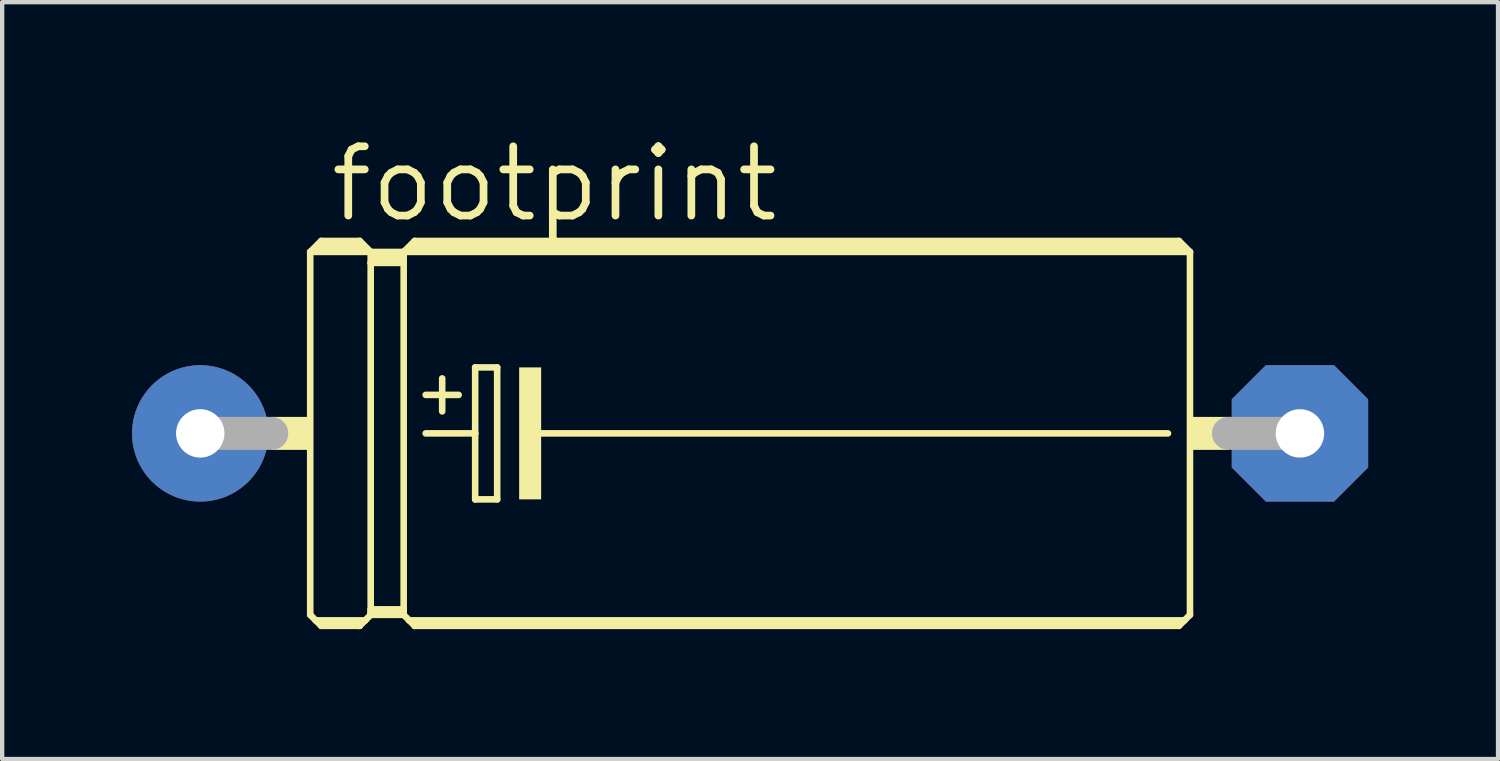
<source format=kicad_pcb>
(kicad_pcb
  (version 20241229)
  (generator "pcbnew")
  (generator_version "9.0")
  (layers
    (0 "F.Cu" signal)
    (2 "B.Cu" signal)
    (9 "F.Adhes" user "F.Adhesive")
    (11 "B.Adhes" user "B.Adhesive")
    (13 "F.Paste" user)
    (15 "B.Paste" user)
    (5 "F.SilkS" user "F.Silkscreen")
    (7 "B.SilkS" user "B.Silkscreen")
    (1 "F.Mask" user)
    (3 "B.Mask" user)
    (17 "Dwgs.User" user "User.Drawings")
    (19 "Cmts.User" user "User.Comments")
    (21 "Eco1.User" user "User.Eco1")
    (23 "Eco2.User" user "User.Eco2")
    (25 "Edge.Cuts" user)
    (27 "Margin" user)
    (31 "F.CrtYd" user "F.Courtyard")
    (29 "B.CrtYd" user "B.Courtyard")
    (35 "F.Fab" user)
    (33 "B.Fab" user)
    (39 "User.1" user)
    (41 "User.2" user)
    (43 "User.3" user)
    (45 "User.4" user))
  (footprint "footprint"
    (layer "F.Cu")
    (at 14.275 6.96)
    (property "Reference" "footprint" (at -9.779 -4.826 0) (layer "F.SilkS") (effects (font (size 1.6 1.6) (thickness 0.178)) (justify left bottom)))
    (fp_line (start -10.16 -4.191) (end -10.16 4.191) (stroke (width 0.152) (type solid)) (layer "F.SilkS"))
    (fp_line (start -10.16 -4.191) (end -9.906 -4.445) (stroke (width 0.152) (type solid)) (layer "F.SilkS"))
    (fp_line (start -10.16 -4.191) (end -8.763 -4.191) (stroke (width 0.152) (type solid)) (layer "F.SilkS"))
    (fp_line (start -10.16 4.191) (end -10.033 4.318) (stroke (width 0.152) (type solid)) (layer "F.SilkS"))
    (fp_line (start -10.033 4.318) (end -9.906 4.445) (stroke (width 0.152) (type solid)) (layer "F.SilkS"))
    (fp_line (start -10.033 4.318) (end -8.89 4.318) (stroke (width 0.152) (type solid)) (layer "F.SilkS"))
    (fp_line (start -9.906 -4.445) (end -9.017 -4.445) (stroke (width 0.152) (type solid)) (layer "F.SilkS"))
    (fp_line (start -9.906 -4.318) (end -9.017 -4.318) (stroke (width 0.305) (type solid)) (layer "F.SilkS"))
    (fp_line (start -9.906 4.394) (end -9.017 4.394) (stroke (width 0.152) (type solid)) (layer "F.SilkS"))
    (fp_line (start -9.906 4.445) (end -9.017 4.445) (stroke (width 0.152) (type solid)) (layer "F.SilkS"))
    (fp_line (start -9.017 -4.445) (end -8.763 -4.191) (stroke (width 0.152) (type solid)) (layer "F.SilkS"))
    (fp_line (start -9.017 4.394) (end -9.017 4.445) (stroke (width 0.152) (type solid)) (layer "F.SilkS"))
    (fp_line (start -9.017 4.445) (end -8.89 4.318) (stroke (width 0.152) (type solid)) (layer "F.SilkS"))
    (fp_line (start -8.89 4.318) (end -8.763 4.191) (stroke (width 0.152) (type solid)) (layer "F.SilkS"))
    (fp_line (start -8.763 -4.191) (end -8.763 -3.937) (stroke (width 0.152) (type solid)) (layer "F.SilkS"))
    (fp_line (start -8.763 -3.937) (end -8.001 -3.937) (stroke (width 0.152) (type solid)) (layer "F.SilkS"))
    (fp_line (start -8.763 4.064) (end -8.763 -3.937) (stroke (width 0.152) (type solid)) (layer "F.SilkS"))
    (fp_line (start -8.763 4.064) (end -8.001 4.064) (stroke (width 0.152) (type solid)) (layer "F.SilkS"))
    (fp_line (start -8.763 4.14) (end -8.763 4.064) (stroke (width 0.152) (type solid)) (layer "F.SilkS"))
    (fp_line (start -8.763 4.14) (end -8.001 4.14) (stroke (width 0.152) (type solid)) (layer "F.SilkS"))
    (fp_line (start -8.763 4.191) (end -8.763 4.14) (stroke (width 0.152) (type solid)) (layer "F.SilkS"))
    (fp_line (start -8.636 -4.064) (end -8.128 -4.064) (stroke (width 0.305) (type solid)) (layer "F.SilkS"))
    (fp_line (start -8.001 -4.191) (end -8.763 -4.191) (stroke (width 0.152) (type solid)) (layer "F.SilkS"))
    (fp_line (start -8.001 -4.191) (end -8.001 -3.937) (stroke (width 0.152) (type solid)) (layer "F.SilkS"))
    (fp_line (start -8.001 -4.191) (end 10.16 -4.191) (stroke (width 0.152) (type solid)) (layer "F.SilkS"))
    (fp_line (start -8.001 4.064) (end -8.001 -3.937) (stroke (width 0.152) (type solid)) (layer "F.SilkS"))
    (fp_line (start -8.001 4.14) (end -8.001 4.064) (stroke (width 0.152) (type solid)) (layer "F.SilkS"))
    (fp_line (start -8.001 4.191) (end -8.763 4.191) (stroke (width 0.152) (type solid)) (layer "F.SilkS"))
    (fp_line (start -8.001 4.191) (end -8.001 4.14) (stroke (width 0.152) (type solid)) (layer "F.SilkS"))
    (fp_line (start -7.874 4.318) (end -8.001 4.191) (stroke (width 0.152) (type solid)) (layer "F.SilkS"))
    (fp_line (start -7.874 4.318) (end 10.033 4.318) (stroke (width 0.152) (type solid)) (layer "F.SilkS"))
    (fp_line (start -7.747 -4.445) (end -8.001 -4.191) (stroke (width 0.152) (type solid)) (layer "F.SilkS"))
    (fp_line (start -7.747 -4.445) (end 9.906 -4.445) (stroke (width 0.152) (type solid)) (layer "F.SilkS"))
    (fp_line (start -7.747 -4.318) (end 9.906 -4.318) (stroke (width 0.305) (type solid)) (layer "F.SilkS"))
    (fp_line (start -7.747 4.394) (end 9.906 4.394) (stroke (width 0.152) (type solid)) (layer "F.SilkS"))
    (fp_line (start -7.747 4.445) (end -7.874 4.318) (stroke (width 0.152) (type solid)) (layer "F.SilkS"))
    (fp_line (start -7.747 4.445) (end -7.747 4.394) (stroke (width 0.152) (type solid)) (layer "F.SilkS"))
    (fp_line (start -7.747 4.445) (end 9.906 4.445) (stroke (width 0.152) (type solid)) (layer "F.SilkS"))
    (fp_line (start -7.493 -0.889) (end -6.731 -0.889) (stroke (width 0.152) (type solid)) (layer "F.SilkS"))
    (fp_line (start -7.493 0) (end -6.35 0) (stroke (width 0.152) (type solid)) (layer "F.SilkS"))
    (fp_line (start -7.112 -1.27) (end -7.112 -0.508) (stroke (width 0.152) (type solid)) (layer "F.SilkS"))
    (fp_line (start -6.35 -1.524) (end -6.35 0) (stroke (width 0.152) (type solid)) (layer "F.SilkS"))
    (fp_line (start -6.35 0) (end -6.35 1.524) (stroke (width 0.152) (type solid)) (layer "F.SilkS"))
    (fp_line (start -6.35 1.524) (end -5.842 1.524) (stroke (width 0.152) (type solid)) (layer "F.SilkS"))
    (fp_line (start -5.842 -1.524) (end -6.35 -1.524) (stroke (width 0.152) (type solid)) (layer "F.SilkS"))
    (fp_line (start -5.842 1.524) (end -5.842 -1.524) (stroke (width 0.152) (type solid)) (layer "F.SilkS"))
    (fp_line (start -4.953 0) (end 9.652 0) (stroke (width 0.152) (type solid)) (layer "F.SilkS"))
    (fp_line (start 9.906 -4.445) (end 10.16 -4.191) (stroke (width 0.152) (type solid)) (layer "F.SilkS"))
    (fp_line (start 9.906 4.445) (end 10.033 4.318) (stroke (width 0.152) (type solid)) (layer "F.SilkS"))
    (fp_line (start 10.033 4.318) (end 10.16 4.191) (stroke (width 0.152) (type solid)) (layer "F.SilkS"))
    (fp_line (start 10.16 4.191) (end 10.16 -4.191) (stroke (width 0.152) (type solid)) (layer "F.SilkS"))
    (fp_poly (pts (xy -11.049 0.381) (xy -10.16 0.381) (xy -10.16 -0.381) (xy -11.049 -0.381)) (stroke (width 0) (type solid)) (fill yes) (layer "F.SilkS"))
    (fp_poly (pts (xy -5.334 1.524) (xy -4.826 1.524) (xy -4.826 -1.524) (xy -5.334 -1.524)) (stroke (width 0) (type solid)) (fill yes) (layer "F.SilkS"))
    (fp_poly (pts (xy 10.16 0.381) (xy 11.049 0.381) (xy 11.049 -0.381) (xy 10.16 -0.381)) (stroke (width 0) (type solid)) (fill yes) (layer "F.SilkS"))
    (fp_line (start -12.7 0) (end -11.049 0) (stroke (width 0.762) (type solid)) (layer "F.Fab"))
    (fp_line (start 12.7 0) (end 11.049 0) (stroke (width 0.762) (type solid)) (layer "F.Fab"))
    (pad "+" thru_hole circle (at -12.7 0) (size 3.15 3.15) (drill 1.118) (layers "*.Cu" "*.Mask"))
    (pad "-" thru_hole roundrect (at 12.7 0) (size 3.15 3.15) (drill 1.118) (layers "*.Cu" "*.Mask") (roundrect_rratio 0.25) (chamfer_ratio 0.25) (chamfer top_left top_right bottom_left bottom_right)))
  (gr_rect
    (start -3 -3)
    (end 31.55 14.481)
    (stroke (width 0.1) (type default))
    (fill no)
    (layer "Edge.Cuts")))
</source>
